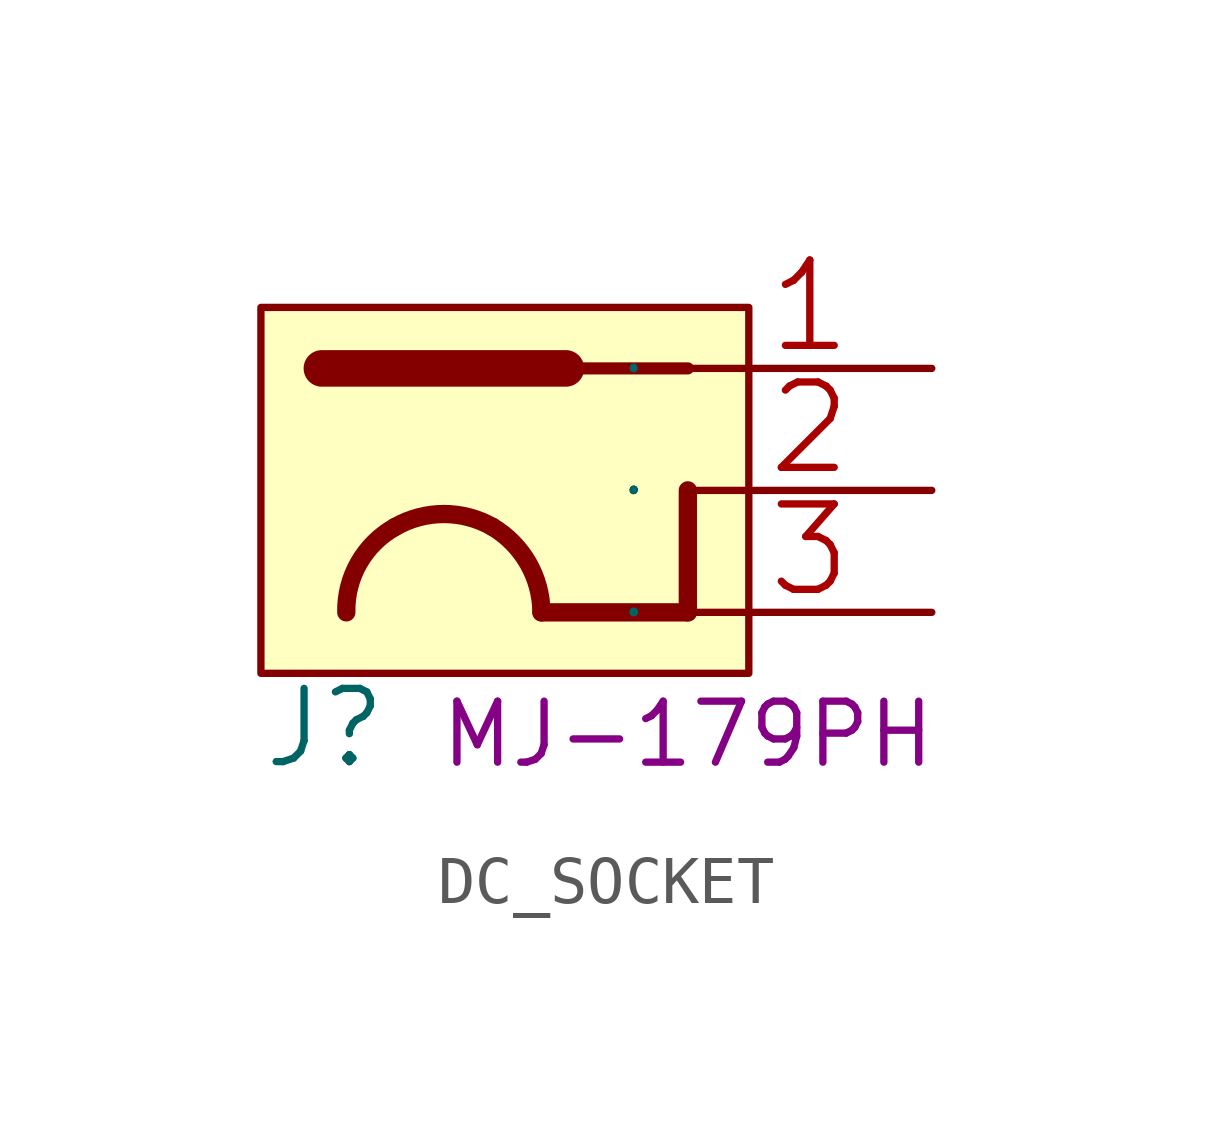
<source format=kicad_sym>
(kicad_symbol_lib
  (version 20211014)
  (generator kicad_symbol_editor)
  (symbol "DC_SOCKET"
    (pin_names
      (offset 1.016))
    (property "Reference" "J"
      (at -8.89 -5.842 0)
      (effects (font (size 1.524 1.524)) (justify left bottom)))
    (property "MPN" "MJ-179PH"
      (at 0 -5.08 0)
      (effects (font (size 1.27 1.27))))
    (symbol "DC_SOCKET_0_1"
      (rectangle (start -8.89 3.81) (end 1.27 -3.81) (stroke (width 0) (type default) (color 0 0 0 0)) (fill (type background)))
      (polyline (pts (xy -7.62 2.54) (xy -2.54 2.54)) (stroke (width 0.762) (type default) (color 0 0 0 0)) (fill (type none)))
      (polyline (pts (xy 0 -2.54) (xy -3.048 -2.54)) (stroke (width 0.381) (type default) (color 0 0 0 0)) (fill (type none)))
      (polyline (pts (xy 0 0) (xy 0 -2.54)) (stroke (width 0.381) (type default) (color 0 0 0 0)) (fill (type none)))
      (polyline (pts (xy 0 2.54) (xy -5.08 2.54)) (stroke (width 0.254) (type default) (color 0 0 0 0)) (fill (type none)))
      (pin passive line (at 5.08 2.54 180) (length 5.08) (name "1" (effects (font (size 0.025 0.025)))) (number "1" (effects (font (size 1.778 1.778)))))
      (pin passive line (at 5.08 0 180) (length 5.08) (name "2" (effects (font (size 0.025 0.025)))) (number "2" (effects (font (size 1.778 1.778)))))
      (pin passive line (at 5.08 -2.54 180) (length 5.08) (name "3" (effects (font (size 0.025 0.025)))) (number "3" (effects (font (size 1.778 1.778))))))
    (symbol "DC_SOCKET_1_1"
      (arc (start -6.096 -0.762) (mid -6.8512 -1.5121) (end -7.112 -2.54) (stroke (width 0.381) (type default) (color 0 0 0 0)) (fill (type none)))
      (arc (start -4.064 -0.762) (mid -5.08 -0.4922) (end -6.096 -0.762) (stroke (width 0.381) (type default) (color 0 0 0 0)) (fill (type none)))
      (arc (start -3.048 -2.54) (mid -3.3225 -1.5201) (end -4.064 -0.762) (stroke (width 0.381) (type default) (color 0 0 0 0)) (fill (type none))))))
</source>
